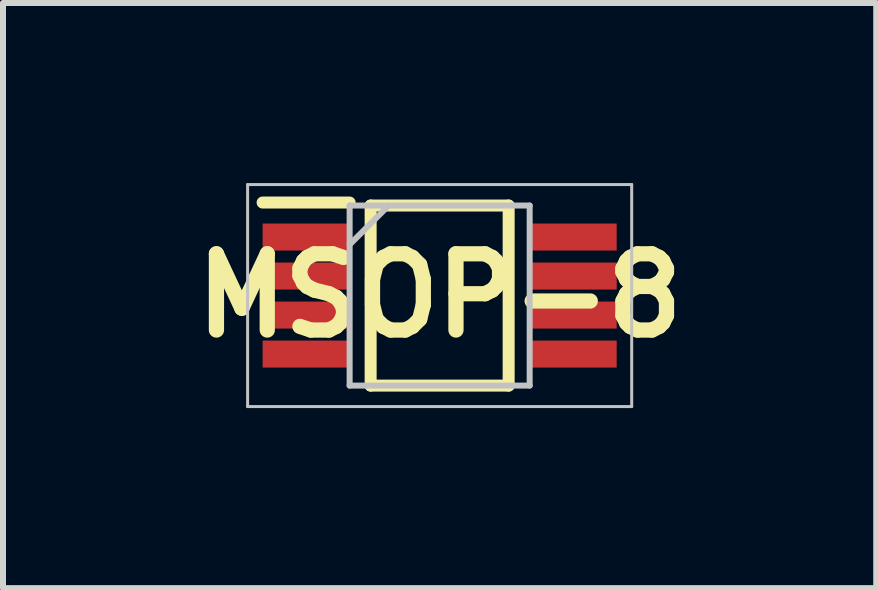
<source format=kicad_pcb>
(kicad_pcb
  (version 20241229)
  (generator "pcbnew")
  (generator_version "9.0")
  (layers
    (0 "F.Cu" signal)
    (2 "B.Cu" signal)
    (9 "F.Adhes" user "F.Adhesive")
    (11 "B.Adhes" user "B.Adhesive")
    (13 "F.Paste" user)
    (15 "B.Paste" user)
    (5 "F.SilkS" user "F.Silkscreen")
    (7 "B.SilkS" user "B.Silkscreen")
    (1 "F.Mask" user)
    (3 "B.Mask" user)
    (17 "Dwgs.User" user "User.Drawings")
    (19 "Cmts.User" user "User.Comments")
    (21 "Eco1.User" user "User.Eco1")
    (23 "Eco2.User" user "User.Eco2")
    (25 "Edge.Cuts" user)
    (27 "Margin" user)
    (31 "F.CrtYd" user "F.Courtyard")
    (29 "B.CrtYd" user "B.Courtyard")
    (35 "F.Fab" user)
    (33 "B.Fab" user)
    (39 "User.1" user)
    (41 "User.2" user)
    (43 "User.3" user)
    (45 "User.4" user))
  (footprint "MSOP-8"
    (layer "F.Cu")
    (at 4.276 1.875)
    (property "Reference" "MSOP-8" (at 0 0 0) (layer "F.SilkS") (effects (font (size 1.27 1.27) (thickness 0.254))))
    (attr smd)
    (fp_line (start -2.95 -1.55) (end -1.5 -1.55) (stroke (width 0.2) (type solid)) (layer "F.SilkS"))
    (fp_line (start -1.15 -1.5) (end 1.15 -1.5) (stroke (width 0.2) (type solid)) (layer "F.SilkS"))
    (fp_line (start -1.15 1.5) (end -1.15 -1.5) (stroke (width 0.2) (type solid)) (layer "F.SilkS"))
    (fp_line (start 1.15 -1.5) (end 1.15 1.5) (stroke (width 0.2) (type solid)) (layer "F.SilkS"))
    (fp_line (start 1.15 1.5) (end -1.15 1.5) (stroke (width 0.2) (type solid)) (layer "F.SilkS"))
    (fp_line (start -3.2 -1.85) (end 3.2 -1.85) (stroke (width 0.05) (type solid)) (layer "Dwgs.User"))
    (fp_line (start -3.2 1.85) (end -3.2 -1.85) (stroke (width 0.05) (type solid)) (layer "Dwgs.User"))
    (fp_line (start -1.5 -1.5) (end 1.5 -1.5) (stroke (width 0.1) (type solid)) (layer "Dwgs.User"))
    (fp_line (start -1.5 -0.85) (end -0.85 -1.5) (stroke (width 0.1) (type solid)) (layer "Dwgs.User"))
    (fp_line (start -1.5 1.5) (end -1.5 -1.5) (stroke (width 0.1) (type solid)) (layer "Dwgs.User"))
    (fp_line (start 1.5 -1.5) (end 1.5 1.5) (stroke (width 0.1) (type solid)) (layer "Dwgs.User"))
    (fp_line (start 1.5 1.5) (end -1.5 1.5) (stroke (width 0.1) (type solid)) (layer "Dwgs.User"))
    (fp_line (start 3.2 -1.85) (end 3.2 1.85) (stroke (width 0.05) (type solid)) (layer "Dwgs.User"))
    (fp_line (start 3.2 1.85) (end -3.2 1.85) (stroke (width 0.05) (type solid)) (layer "Dwgs.User"))
    (pad "1" smd rect (at -2.225 -0.975 90) (size 0.45 1.45) (layers "F.Cu" "F.Mask" "F.Paste"))
    (pad "2" smd rect (at -2.225 -0.325 90) (size 0.45 1.45) (layers "F.Cu" "F.Mask" "F.Paste"))
    (pad "3" smd rect (at -2.225 0.325 90) (size 0.45 1.45) (layers "F.Cu" "F.Mask" "F.Paste"))
    (pad "4" smd rect (at -2.225 0.975 90) (size 0.45 1.45) (layers "F.Cu" "F.Mask" "F.Paste"))
    (pad "5" smd rect (at 2.225 0.975 90) (size 0.45 1.45) (layers "F.Cu" "F.Mask" "F.Paste"))
    (pad "6" smd rect (at 2.225 0.325 90) (size 0.45 1.45) (layers "F.Cu" "F.Mask" "F.Paste"))
    (pad "7" smd rect (at 2.225 -0.325 90) (size 0.45 1.45) (layers "F.Cu" "F.Mask" "F.Paste"))
    (pad "8" smd rect (at 2.225 -0.975 90) (size 0.45 1.45) (layers "F.Cu" "F.Mask" "F.Paste")))
  (gr_rect
    (start -3 -3)
    (end 11.551 6.75)
    (stroke (width 0.1) (type default))
    (fill no)
    (layer "Edge.Cuts")))
</source>
